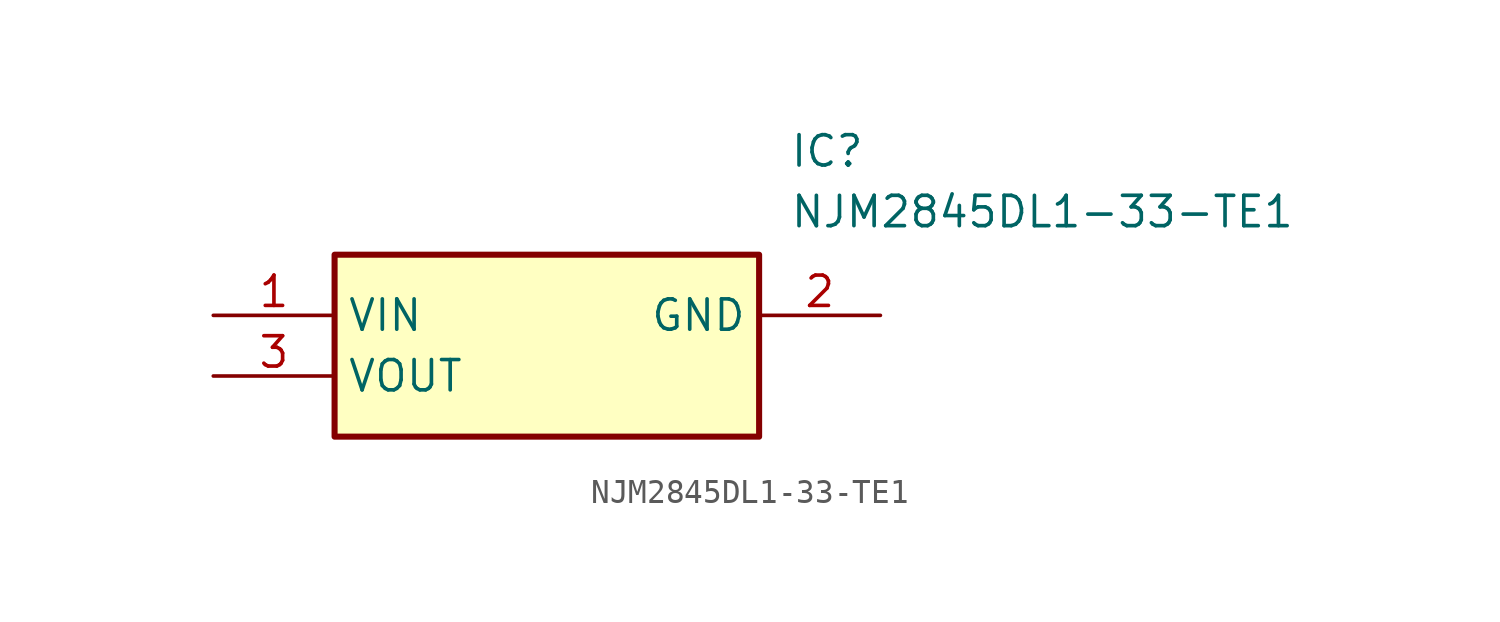
<source format=kicad_sym>
(kicad_symbol_lib
  (version 20211014)
  (generator SamacSys_ECAD_Model)
  (symbol "NJM2845DL1-33-TE1"
    (property "Reference" "IC"
      (at 24.13 7.62 0)
      (effects (font (size 1.27 1.27)) (justify left top)))
    (property "Value" "NJM2845DL1-33-TE1"
      (at 24.13 5.08 0)
      (effects (font (size 1.27 1.27)) (justify left top)))
    (rectangle
      (start 5.08 2.54)
      (end 22.86 -5.08)
      (stroke (width 0.254) (type default))
      (fill (type background)))
    (pin passive line
      (at 0 0 0)
      (length 5.08)
      (name "VIN" (effects (font (size 1.27 1.27))))
      (number "1" (effects (font (size 1.27 1.27)))))
    (pin passive line
      (at 27.94 0 180)
      (length 5.08)
      (name "GND" (effects (font (size 1.27 1.27))))
      (number "2" (effects (font (size 1.27 1.27)))))
    (pin passive line
      (at 0 -2.54 0)
      (length 5.08)
      (name "VOUT" (effects (font (size 1.27 1.27))))
      (number "3" (effects (font (size 1.27 1.27)))))))
</source>
